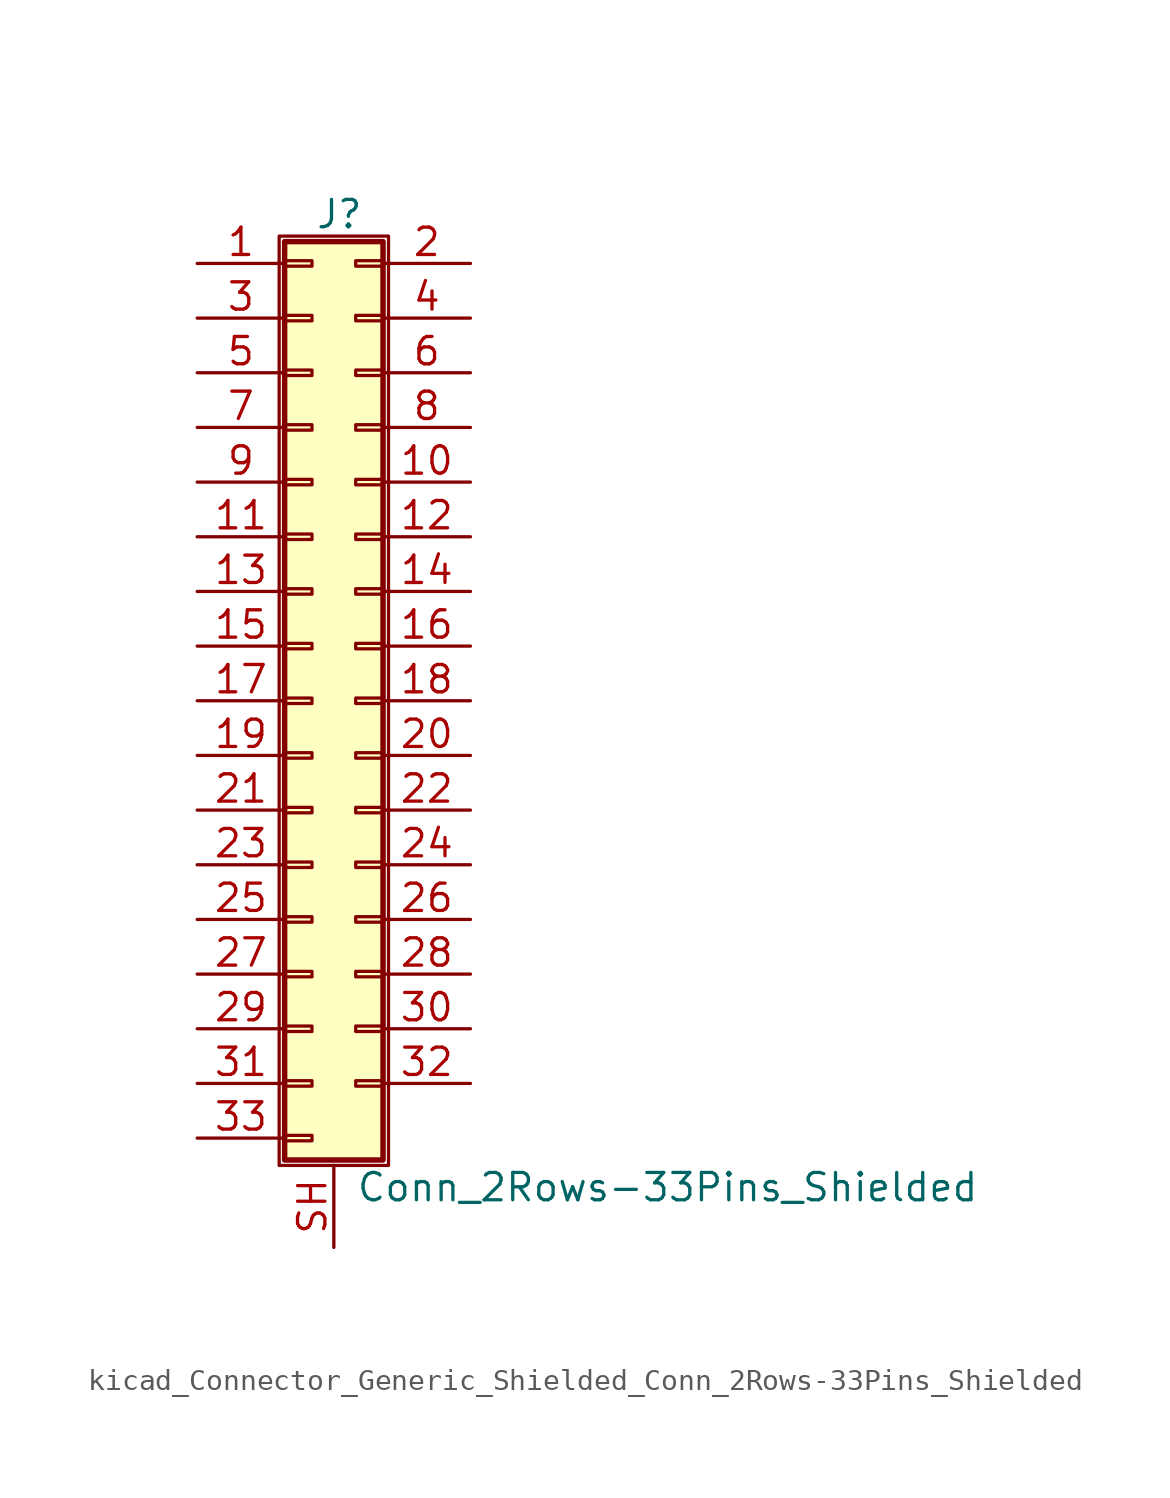
<source format=kicad_sym>
(kicad_symbol_lib
  (version 20220914)
  (generator kicad_symbol_editor)
  (symbol "kicad_Connector_Generic_Shielded_Conn_2Rows-33Pins_Shielded"
    (pin_names
      (offset 1.016) hide)
    (property "Reference" "J"
      (at 1.524 22.606 0)
      (effects (font (size 1.27 1.27))))
    (property "Value" "Conn_2Rows-33Pins_Shielded"
      (at 2.286 -22.606 0)
      (effects (font (size 1.27 1.27)) (justify left)))
    (symbol "kicad_Connector_Generic_Shielded_Conn_2Rows-33Pins_Shielded_1_1"
      (rectangle (start -1.27 21.59) (end 3.81 -21.59) (stroke (width 0.152) (type default)) (fill (type none)))
      (rectangle (start -1.016 -20.193) (end 0.254 -20.447) (stroke (width 0.152) (type default)) (fill (type none)))
      (rectangle (start -1.016 -17.653) (end 0.254 -17.907) (stroke (width 0.152) (type default)) (fill (type none)))
      (rectangle (start -1.016 -15.113) (end 0.254 -15.367) (stroke (width 0.152) (type default)) (fill (type none)))
      (rectangle (start -1.016 -12.573) (end 0.254 -12.827) (stroke (width 0.152) (type default)) (fill (type none)))
      (rectangle (start -1.016 -10.033) (end 0.254 -10.287) (stroke (width 0.152) (type default)) (fill (type none)))
      (rectangle (start -1.016 -7.493) (end 0.254 -7.747) (stroke (width 0.152) (type default)) (fill (type none)))
      (rectangle (start -1.016 -4.953) (end 0.254 -5.207) (stroke (width 0.152) (type default)) (fill (type none)))
      (rectangle (start -1.016 -2.413) (end 0.254 -2.667) (stroke (width 0.152) (type default)) (fill (type none)))
      (rectangle (start -1.016 0.127) (end 0.254 -0.127) (stroke (width 0.152) (type default)) (fill (type none)))
      (rectangle (start -1.016 2.667) (end 0.254 2.413) (stroke (width 0.152) (type default)) (fill (type none)))
      (rectangle (start -1.016 5.207) (end 0.254 4.953) (stroke (width 0.152) (type default)) (fill (type none)))
      (rectangle (start -1.016 7.747) (end 0.254 7.493) (stroke (width 0.152) (type default)) (fill (type none)))
      (rectangle (start -1.016 10.287) (end 0.254 10.033) (stroke (width 0.152) (type default)) (fill (type none)))
      (rectangle (start -1.016 12.827) (end 0.254 12.573) (stroke (width 0.152) (type default)) (fill (type none)))
      (rectangle (start -1.016 15.367) (end 0.254 15.113) (stroke (width 0.152) (type default)) (fill (type none)))
      (rectangle (start -1.016 17.907) (end 0.254 17.653) (stroke (width 0.152) (type default)) (fill (type none)))
      (rectangle (start -1.016 20.447) (end 0.254 20.193) (stroke (width 0.152) (type default)) (fill (type none)))
      (rectangle (start -1.016 21.336) (end 3.556 -21.336) (stroke (width 0.254) (type default)) (fill (type background)))
      (rectangle (start 3.556 -17.653) (end 2.286 -17.907) (stroke (width 0.152) (type default)) (fill (type none)))
      (rectangle (start 3.556 -15.113) (end 2.286 -15.367) (stroke (width 0.152) (type default)) (fill (type none)))
      (rectangle (start 3.556 -12.573) (end 2.286 -12.827) (stroke (width 0.152) (type default)) (fill (type none)))
      (rectangle (start 3.556 -10.033) (end 2.286 -10.287) (stroke (width 0.152) (type default)) (fill (type none)))
      (rectangle (start 3.556 -7.493) (end 2.286 -7.747) (stroke (width 0.152) (type default)) (fill (type none)))
      (rectangle (start 3.556 -4.953) (end 2.286 -5.207) (stroke (width 0.152) (type default)) (fill (type none)))
      (rectangle (start 3.556 -2.413) (end 2.286 -2.667) (stroke (width 0.152) (type default)) (fill (type none)))
      (rectangle (start 3.556 0.127) (end 2.286 -0.127) (stroke (width 0.152) (type default)) (fill (type none)))
      (rectangle (start 3.556 2.667) (end 2.286 2.413) (stroke (width 0.152) (type default)) (fill (type none)))
      (rectangle (start 3.556 5.207) (end 2.286 4.953) (stroke (width 0.152) (type default)) (fill (type none)))
      (rectangle (start 3.556 7.747) (end 2.286 7.493) (stroke (width 0.152) (type default)) (fill (type none)))
      (rectangle (start 3.556 10.287) (end 2.286 10.033) (stroke (width 0.152) (type default)) (fill (type none)))
      (rectangle (start 3.556 12.827) (end 2.286 12.573) (stroke (width 0.152) (type default)) (fill (type none)))
      (rectangle (start 3.556 15.367) (end 2.286 15.113) (stroke (width 0.152) (type default)) (fill (type none)))
      (rectangle (start 3.556 17.907) (end 2.286 17.653) (stroke (width 0.152) (type default)) (fill (type none)))
      (rectangle (start 3.556 20.447) (end 2.286 20.193) (stroke (width 0.152) (type default)) (fill (type none)))
      (pin passive line (at -5.08 20.32 0) (length 4.064) (name "Pin_1" (effects (font (size 1.27 1.27)))) (number "1" (effects (font (size 1.27 1.27)))))
      (pin passive line (at 7.62 10.16 180) (length 4.064) (name "Pin_10" (effects (font (size 1.27 1.27)))) (number "10" (effects (font (size 1.27 1.27)))))
      (pin passive line (at -5.08 7.62 0) (length 4.064) (name "Pin_11" (effects (font (size 1.27 1.27)))) (number "11" (effects (font (size 1.27 1.27)))))
      (pin passive line (at 7.62 7.62 180) (length 4.064) (name "Pin_12" (effects (font (size 1.27 1.27)))) (number "12" (effects (font (size 1.27 1.27)))))
      (pin passive line (at -5.08 5.08 0) (length 4.064) (name "Pin_13" (effects (font (size 1.27 1.27)))) (number "13" (effects (font (size 1.27 1.27)))))
      (pin passive line (at 7.62 5.08 180) (length 4.064) (name "Pin_14" (effects (font (size 1.27 1.27)))) (number "14" (effects (font (size 1.27 1.27)))))
      (pin passive line (at -5.08 2.54 0) (length 4.064) (name "Pin_15" (effects (font (size 1.27 1.27)))) (number "15" (effects (font (size 1.27 1.27)))))
      (pin passive line (at 7.62 2.54 180) (length 4.064) (name "Pin_16" (effects (font (size 1.27 1.27)))) (number "16" (effects (font (size 1.27 1.27)))))
      (pin passive line (at -5.08 0 0) (length 4.064) (name "Pin_17" (effects (font (size 1.27 1.27)))) (number "17" (effects (font (size 1.27 1.27)))))
      (pin passive line (at 7.62 0 180) (length 4.064) (name "Pin_18" (effects (font (size 1.27 1.27)))) (number "18" (effects (font (size 1.27 1.27)))))
      (pin passive line (at -5.08 -2.54 0) (length 4.064) (name "Pin_19" (effects (font (size 1.27 1.27)))) (number "19" (effects (font (size 1.27 1.27)))))
      (pin passive line (at 7.62 20.32 180) (length 4.064) (name "Pin_2" (effects (font (size 1.27 1.27)))) (number "2" (effects (font (size 1.27 1.27)))))
      (pin passive line (at 7.62 -2.54 180) (length 4.064) (name "Pin_20" (effects (font (size 1.27 1.27)))) (number "20" (effects (font (size 1.27 1.27)))))
      (pin passive line (at -5.08 -5.08 0) (length 4.064) (name "Pin_21" (effects (font (size 1.27 1.27)))) (number "21" (effects (font (size 1.27 1.27)))))
      (pin passive line (at 7.62 -5.08 180) (length 4.064) (name "Pin_22" (effects (font (size 1.27 1.27)))) (number "22" (effects (font (size 1.27 1.27)))))
      (pin passive line (at -5.08 -7.62 0) (length 4.064) (name "Pin_23" (effects (font (size 1.27 1.27)))) (number "23" (effects (font (size 1.27 1.27)))))
      (pin passive line (at 7.62 -7.62 180) (length 4.064) (name "Pin_24" (effects (font (size 1.27 1.27)))) (number "24" (effects (font (size 1.27 1.27)))))
      (pin passive line (at -5.08 -10.16 0) (length 4.064) (name "Pin_25" (effects (font (size 1.27 1.27)))) (number "25" (effects (font (size 1.27 1.27)))))
      (pin passive line (at 7.62 -10.16 180) (length 4.064) (name "Pin_26" (effects (font (size 1.27 1.27)))) (number "26" (effects (font (size 1.27 1.27)))))
      (pin passive line (at -5.08 -12.7 0) (length 4.064) (name "Pin_27" (effects (font (size 1.27 1.27)))) (number "27" (effects (font (size 1.27 1.27)))))
      (pin passive line (at 7.62 -12.7 180) (length 4.064) (name "Pin_28" (effects (font (size 1.27 1.27)))) (number "28" (effects (font (size 1.27 1.27)))))
      (pin passive line (at -5.08 -15.24 0) (length 4.064) (name "Pin_29" (effects (font (size 1.27 1.27)))) (number "29" (effects (font (size 1.27 1.27)))))
      (pin passive line (at -5.08 17.78 0) (length 4.064) (name "Pin_3" (effects (font (size 1.27 1.27)))) (number "3" (effects (font (size 1.27 1.27)))))
      (pin passive line (at 7.62 -15.24 180) (length 4.064) (name "Pin_30" (effects (font (size 1.27 1.27)))) (number "30" (effects (font (size 1.27 1.27)))))
      (pin passive line (at -5.08 -17.78 0) (length 4.064) (name "Pin_31" (effects (font (size 1.27 1.27)))) (number "31" (effects (font (size 1.27 1.27)))))
      (pin passive line (at 7.62 -17.78 180) (length 4.064) (name "Pin_32" (effects (font (size 1.27 1.27)))) (number "32" (effects (font (size 1.27 1.27)))))
      (pin passive line (at -5.08 -20.32 0) (length 4.064) (name "Pin_33" (effects (font (size 1.27 1.27)))) (number "33" (effects (font (size 1.27 1.27)))))
      (pin passive line (at 7.62 17.78 180) (length 4.064) (name "Pin_4" (effects (font (size 1.27 1.27)))) (number "4" (effects (font (size 1.27 1.27)))))
      (pin passive line (at -5.08 15.24 0) (length 4.064) (name "Pin_5" (effects (font (size 1.27 1.27)))) (number "5" (effects (font (size 1.27 1.27)))))
      (pin passive line (at 7.62 15.24 180) (length 4.064) (name "Pin_6" (effects (font (size 1.27 1.27)))) (number "6" (effects (font (size 1.27 1.27)))))
      (pin passive line (at -5.08 12.7 0) (length 4.064) (name "Pin_7" (effects (font (size 1.27 1.27)))) (number "7" (effects (font (size 1.27 1.27)))))
      (pin passive line (at 7.62 12.7 180) (length 4.064) (name "Pin_8" (effects (font (size 1.27 1.27)))) (number "8" (effects (font (size 1.27 1.27)))))
      (pin passive line (at -5.08 10.16 0) (length 4.064) (name "Pin_9" (effects (font (size 1.27 1.27)))) (number "9" (effects (font (size 1.27 1.27)))))
      (pin passive line (at 1.27 -25.4 90) (length 3.81) (name "Shield" (effects (font (size 1.27 1.27)))) (number "SH" (effects (font (size 1.27 1.27))))))))
</source>
